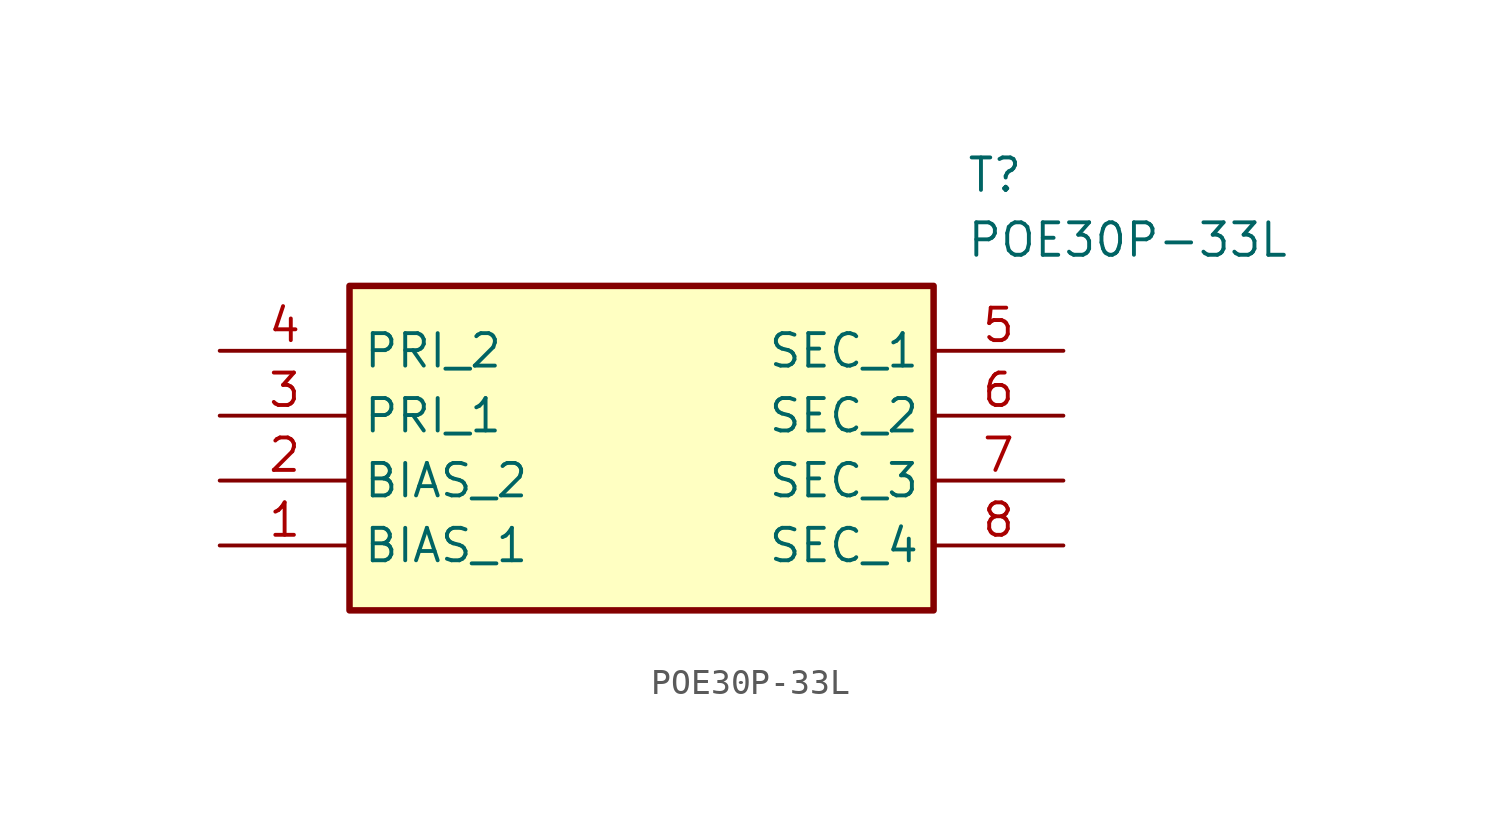
<source format=kicad_sym>
(kicad_symbol_lib
  (version 20211014)
  (generator SamacSys_ECAD_Model)
  (symbol "POE30P-33L"
    (property "Reference" "T"
      (at 29.21 7.62 0)
      (effects (font (size 1.27 1.27)) (justify left top)))
    (property "Value" "POE30P-33L"
      (at 29.21 5.08 0)
      (effects (font (size 1.27 1.27)) (justify left top)))
    (rectangle
      (start 5.08 2.54)
      (end 27.94 -10.16)
      (stroke (width 0.254) (type default))
      (fill (type background)))
    (pin passive line
      (at 0 -7.62 0)
      (length 5.08)
      (name "BIAS_1" (effects (font (size 1.27 1.27))))
      (number "1" (effects (font (size 1.27 1.27)))))
    (pin passive line
      (at 0 -5.08 0)
      (length 5.08)
      (name "BIAS_2" (effects (font (size 1.27 1.27))))
      (number "2" (effects (font (size 1.27 1.27)))))
    (pin passive line
      (at 0 -2.54 0)
      (length 5.08)
      (name "PRI_1" (effects (font (size 1.27 1.27))))
      (number "3" (effects (font (size 1.27 1.27)))))
    (pin passive line
      (at 0 0 0)
      (length 5.08)
      (name "PRI_2" (effects (font (size 1.27 1.27))))
      (number "4" (effects (font (size 1.27 1.27)))))
    (pin passive line
      (at 33.02 0 180)
      (length 5.08)
      (name "SEC_1" (effects (font (size 1.27 1.27))))
      (number "5" (effects (font (size 1.27 1.27)))))
    (pin passive line
      (at 33.02 -2.54 180)
      (length 5.08)
      (name "SEC_2" (effects (font (size 1.27 1.27))))
      (number "6" (effects (font (size 1.27 1.27)))))
    (pin passive line
      (at 33.02 -5.08 180)
      (length 5.08)
      (name "SEC_3" (effects (font (size 1.27 1.27))))
      (number "7" (effects (font (size 1.27 1.27)))))
    (pin passive line
      (at 33.02 -7.62 180)
      (length 5.08)
      (name "SEC_4" (effects (font (size 1.27 1.27))))
      (number "8" (effects (font (size 1.27 1.27)))))))
</source>
